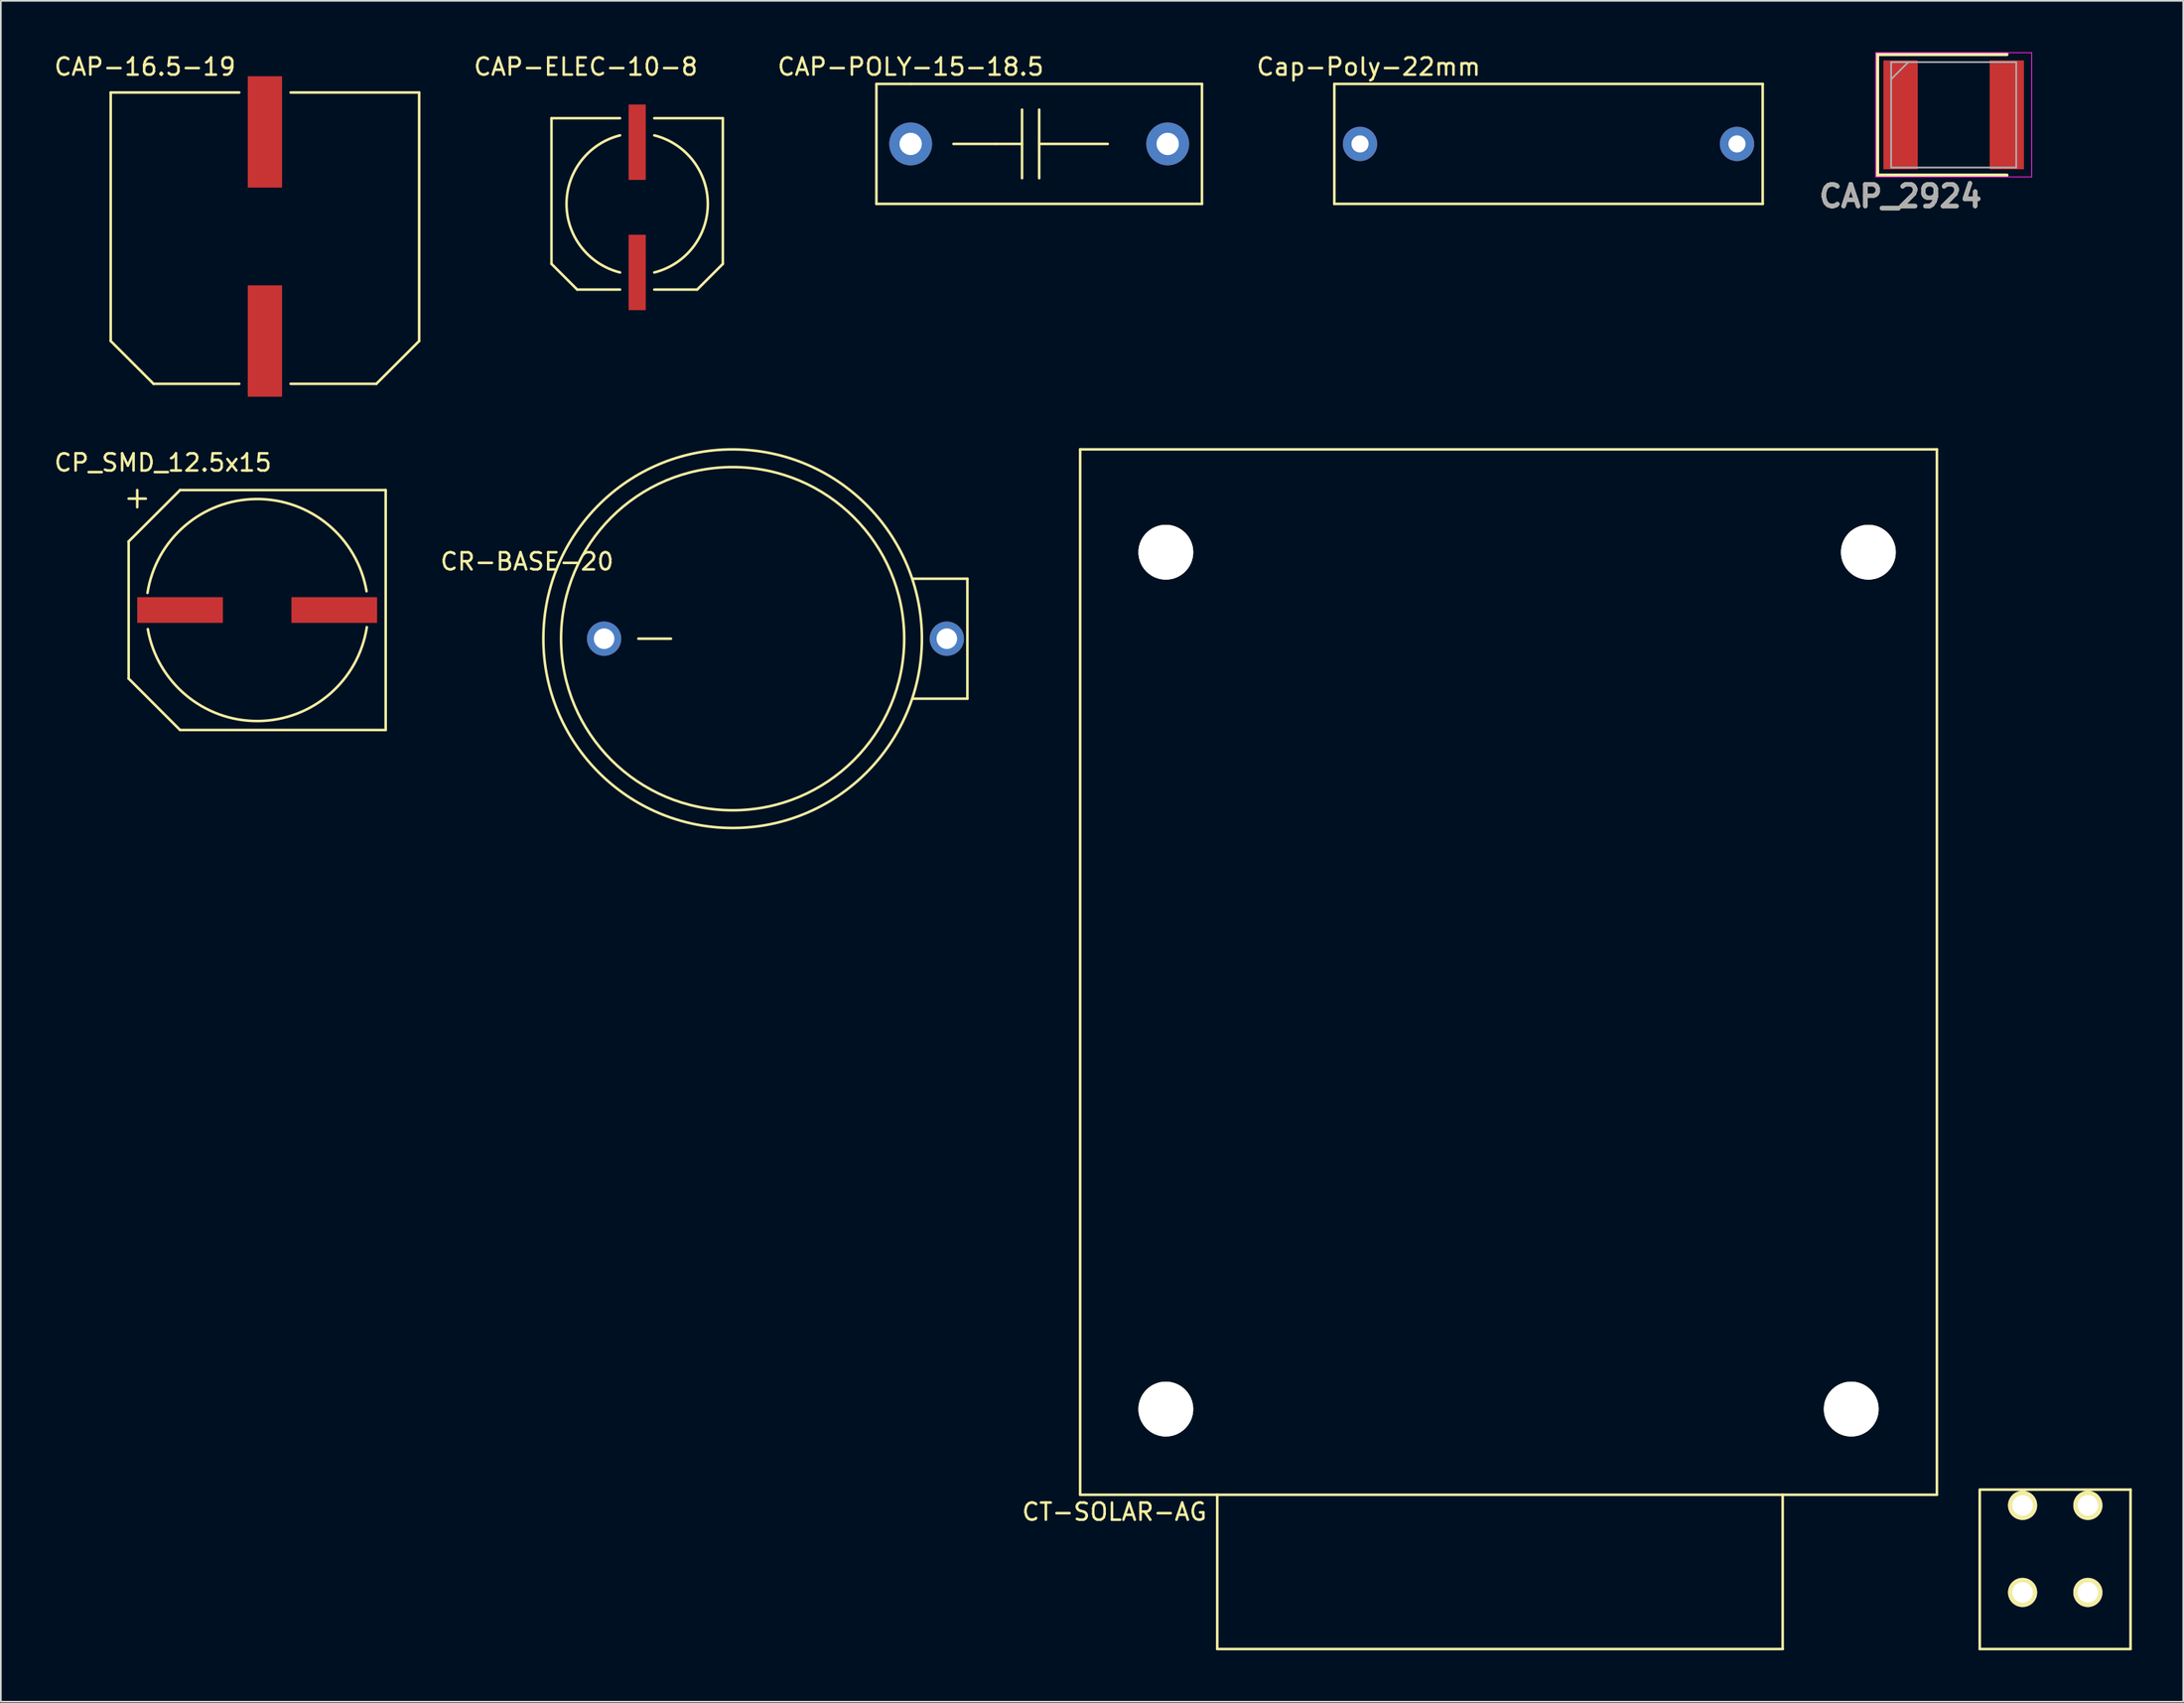
<source format=kicad_pcb>
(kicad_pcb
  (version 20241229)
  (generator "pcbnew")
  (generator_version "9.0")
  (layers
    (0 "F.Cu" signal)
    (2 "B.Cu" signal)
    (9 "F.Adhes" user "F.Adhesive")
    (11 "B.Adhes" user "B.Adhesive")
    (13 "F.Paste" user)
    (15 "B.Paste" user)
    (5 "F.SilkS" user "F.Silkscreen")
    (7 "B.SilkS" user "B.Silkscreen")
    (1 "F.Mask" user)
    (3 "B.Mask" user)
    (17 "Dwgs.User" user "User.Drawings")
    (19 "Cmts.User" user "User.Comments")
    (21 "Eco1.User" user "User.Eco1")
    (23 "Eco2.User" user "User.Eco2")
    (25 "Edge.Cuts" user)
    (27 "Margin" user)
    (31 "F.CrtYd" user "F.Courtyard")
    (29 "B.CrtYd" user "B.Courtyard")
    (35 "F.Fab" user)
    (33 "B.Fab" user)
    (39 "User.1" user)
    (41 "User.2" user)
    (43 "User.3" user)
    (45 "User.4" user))
  (footprint "CAP-16.5-19"
    (layer "F.Cu")
    (at 12.411 16.848)
    (property "Reference" "CAP-16.5-19" (at -7 -16 0) (layer "F.SilkS") (effects (font (size 1 1) (thickness 0.15))))
    (attr through_hole)
    (fp_line (start -9 -14.5) (end -1.5 -14.5) (stroke (width 0.15) (type solid)) (layer "F.SilkS"))
    (fp_line (start -9 0) (end -9 -14.5) (stroke (width 0.15) (type solid)) (layer "F.SilkS"))
    (fp_line (start -9 0) (end -6.5 2.5) (stroke (width 0.15) (type solid)) (layer "F.SilkS"))
    (fp_line (start -1.5 2.5) (end -6.5 2.5) (stroke (width 0.15) (type solid)) (layer "F.SilkS"))
    (fp_line (start 1.5 -14.5) (end 9 -14.5) (stroke (width 0.15) (type solid)) (layer "F.SilkS"))
    (fp_line (start 6.5 2.5) (end 1.5 2.5) (stroke (width 0.15) (type solid)) (layer "F.SilkS"))
    (fp_line (start 9 -14.5) (end 9 0) (stroke (width 0.15) (type solid)) (layer "F.SilkS"))
    (fp_line (start 9 0) (end 6.5 2.5) (stroke (width 0.15) (type solid)) (layer "F.SilkS"))
    (pad "1" smd rect (at 0 0) (size 2 6.5) (layers "F.Cu" "F.Mask" "F.Paste"))
    (pad "2" smd rect (at 0 -12.2) (size 2 6.5) (layers "F.Cu" "F.Mask" "F.Paste")))
  (footprint "CAP_2924"
    (layer "F.Cu")
    (at 110.966 3.65)
    (property "Reference" "CAP_2924" (at -3.1 4.75 0) (layer "F.SilkS") (effects (font (size 1.27 1.27) (thickness 0.254))))
    (attr smd)
    (fp_line (start -4.45 -3.525) (end -4.45 3.525) (stroke (width 0.2) (type solid)) (layer "F.SilkS"))
    (fp_line (start -4.45 3.525) (end 3.1 3.525) (stroke (width 0.2) (type solid)) (layer "F.SilkS"))
    (fp_line (start 3.1 -3.525) (end -4.45 -3.525) (stroke (width 0.2) (type solid)) (layer "F.SilkS"))
    (fp_line (start -4.55 -3.625) (end 4.55 -3.625) (stroke (width 0.05) (type solid)) (layer "F.CrtYd"))
    (fp_line (start -4.55 3.625) (end -4.55 -3.625) (stroke (width 0.05) (type solid)) (layer "F.CrtYd"))
    (fp_line (start 4.55 -3.625) (end 4.55 3.625) (stroke (width 0.05) (type solid)) (layer "F.CrtYd"))
    (fp_line (start 4.55 3.625) (end -4.55 3.625) (stroke (width 0.05) (type solid)) (layer "F.CrtYd"))
    (fp_line (start -3.65 -3.075) (end 3.65 -3.075) (stroke (width 0.1) (type solid)) (layer "F.Fab"))
    (fp_line (start -3.65 -2.075) (end -2.65 -3.075) (stroke (width 0.1) (type solid)) (layer "F.Fab"))
    (fp_line (start -3.65 3.075) (end -3.65 -3.075) (stroke (width 0.1) (type solid)) (layer "F.Fab"))
    (fp_line (start 3.65 -3.075) (end 3.65 3.075) (stroke (width 0.1) (type solid)) (layer "F.Fab"))
    (fp_line (start 3.65 3.075) (end -3.65 3.075) (stroke (width 0.1) (type solid)) (layer "F.Fab"))
    (fp_text user "${REFERENCE}" (at -3.1 4.75 0) (layer "F.Fab") (effects (font (size 1.27 1.27) (thickness 0.254))))
    (pad "1" smd rect (at -3.1 0) (size 2 6.35) (layers "F.Cu" "F.Mask" "F.Paste"))
    (pad "2" smd rect (at 3.1 0) (size 2 6.35) (layers "F.Cu" "F.Mask" "F.Paste")))
  (footprint "CAP-POLY-15-18.5"
    (layer "F.Cu")
    (at 50.096 5.348)
    (property "Reference" "CAP-POLY-15-18.5" (at 0 -4.5 0) (layer "F.SilkS") (effects (font (size 1 1) (thickness 0.15))))
    (attr through_hole)
    (fp_line (start -2 -3.5) (end -2 3.5) (stroke (width 0.15) (type solid)) (layer "F.SilkS"))
    (fp_line (start -2 3.5) (end 17 3.5) (stroke (width 0.15) (type solid)) (layer "F.SilkS"))
    (fp_line (start 0 -3.5) (end -2 -3.5) (stroke (width 0.15) (type solid)) (layer "F.SilkS"))
    (fp_line (start 2.5 0) (end 5 0) (stroke (width 0.15) (type solid)) (layer "F.SilkS"))
    (fp_line (start 5 0) (end 6.5 0) (stroke (width 0.15) (type solid)) (layer "F.SilkS"))
    (fp_line (start 6.5 -2) (end 6.5 2) (stroke (width 0.15) (type solid)) (layer "F.SilkS"))
    (fp_line (start 7.5 -2) (end 7.5 2) (stroke (width 0.15) (type solid)) (layer "F.SilkS"))
    (fp_line (start 7.5 0) (end 11.5 0) (stroke (width 0.15) (type solid)) (layer "F.SilkS"))
    (fp_line (start 17 -3.5) (end 0 -3.5) (stroke (width 0.15) (type solid)) (layer "F.SilkS"))
    (fp_line (start 17 3.5) (end 17 -3.5) (stroke (width 0.15) (type solid)) (layer "F.SilkS"))
    (pad "1" thru_hole circle (at 0 0) (size 2.5 2.5) (drill 1.3) (layers "*.Cu" "*.Mask"))
    (pad "2" thru_hole circle (at 15 0) (size 2.5 2.5) (drill 1.3) (layers "*.Cu" "*.Mask")))
  (footprint "CR-BASE-20"
    (layer "F.Cu")
    (at 32.206 34.219)
    (property "Reference" "CR-BASE-20" (at -4.5 -4.5 0) (layer "F.SilkS") (effects (font (size 1 1) (thickness 0.15))))
    (attr through_hole)
    (fp_line (start 2 0) (end 3.9 0) (stroke (width 0.15) (type solid)) (layer "F.SilkS"))
    (fp_line (start 18 -3.5) (end 21.2 -3.5) (stroke (width 0.15) (type solid)) (layer "F.SilkS"))
    (fp_line (start 21.2 -3.5) (end 21.2 3.5) (stroke (width 0.15) (type solid)) (layer "F.SilkS"))
    (fp_line (start 21.2 3.5) (end 18 3.5) (stroke (width 0.15) (type solid)) (layer "F.SilkS"))
    (fp_circle (center 7.5 0) (end 6.5 -11) (stroke (width 0.15) (type solid)) (fill no) (layer "F.SilkS"))
    (fp_circle (center 7.5 0) (end 7 -10) (stroke (width 0.15) (type solid)) (fill no) (layer "F.SilkS"))
    (pad "1" thru_hole circle (at 20 0) (size 2 2) (drill 1.2) (layers "*.Cu" "*.Mask"))
    (pad "2" thru_hole circle (at 0 0) (size 2 2) (drill 1.2) (layers "*.Cu" "*.Mask")))
  (footprint "CT-SOLAR-AG"
    (layer "F.Cu")
    (at 59.987 84.173)
    (property "Reference" "CT-SOLAR-AG" (at 2 1 0) (layer "F.SilkS") (effects (font (size 1 1) (thickness 0.15))))
    (attr through_hole)
    (fp_line (start 0 -61) (end 0 0) (stroke (width 0.15) (type solid)) (layer "F.SilkS"))
    (fp_line (start 0 0) (end 50 0) (stroke (width 0.15) (type solid)) (layer "F.SilkS"))
    (fp_line (start 8 0) (end 8 9) (stroke (width 0.15) (type solid)) (layer "F.SilkS"))
    (fp_line (start 8 9) (end 41 9) (stroke (width 0.15) (type solid)) (layer "F.SilkS"))
    (fp_line (start 41 9) (end 41 0) (stroke (width 0.15) (type solid)) (layer "F.SilkS"))
    (fp_line (start 50 -61) (end 0 -61) (stroke (width 0.15) (type solid)) (layer "F.SilkS"))
    (fp_line (start 50 0) (end 50 -61) (stroke (width 0.15) (type solid)) (layer "F.SilkS"))
    (fp_line (start 52.5 -0.3) (end 52.5 9) (stroke (width 0.15) (type solid)) (layer "F.SilkS"))
    (fp_line (start 52.5 9) (end 61.3 9) (stroke (width 0.15) (type solid)) (layer "F.SilkS"))
    (fp_line (start 61.3 -0.3) (end 52.54 -0.3) (stroke (width 0.15) (type solid)) (layer "F.SilkS"))
    (fp_line (start 61.3 9) (end 61.3 -0.3) (stroke (width 0.15) (type solid)) (layer "F.SilkS"))
    (pad "" np_thru_hole circle (at 5 -55) (size 3.2 3.2) (drill 3.2) (layers "*.Cu" "*.Mask" "F.SilkS"))
    (pad "" np_thru_hole circle (at 5 -5) (size 3.2 3.2) (drill 3.2) (layers "*.Cu" "*.Mask" "F.SilkS"))
    (pad "" np_thru_hole circle (at 45 -5) (size 3.2 3.2) (drill 3.2) (layers "*.Cu" "*.Mask" "F.SilkS"))
    (pad "" np_thru_hole circle (at 46 -55) (size 3.2 3.2) (drill 3.2) (layers "*.Cu" "*.Mask" "F.SilkS"))
    (pad "1" thru_hole circle (at 58.81 0.62) (size 1.7 1.7) (drill 1.2) (layers "*.Cu" "*.Mask" "F.SilkS"))
    (pad "1" thru_hole circle (at 58.81 5.7) (size 1.7 1.7) (drill 1.2) (layers "*.Cu" "*.Mask" "F.SilkS"))
    (pad "2" thru_hole circle (at 55 0.62) (size 1.7 1.7) (drill 1.2) (layers "*.Cu" "*.Mask" "F.SilkS"))
    (pad "2" thru_hole circle (at 55 5.7) (size 1.7 1.7) (drill 1.2) (layers "*.Cu" "*.Mask" "F.SilkS")))
  (footprint "CP_SMD_12.5x15"
    (layer "F.Cu")
    (at 7.458 32.547)
    (property "Reference" "CP_SMD_12.5x15" (at -1 -8.6 0) (layer "F.SilkS") (effects (font (size 1 1) (thickness 0.15))))
    (attr through_hole)
    (fp_line (start -3 -6.5) (end -2 -6.5) (stroke (width 0.15) (type solid)) (layer "F.SilkS"))
    (fp_line (start -3 -4) (end -3 4) (stroke (width 0.15) (type solid)) (layer "F.SilkS"))
    (fp_line (start -3 4) (end 0 7) (stroke (width 0.15) (type solid)) (layer "F.SilkS"))
    (fp_line (start -2.5 -7) (end -2.5 -6) (stroke (width 0.15) (type solid)) (layer "F.SilkS"))
    (fp_line (start 0 -7) (end -3 -4) (stroke (width 0.15) (type solid)) (layer "F.SilkS"))
    (fp_line (start 0 7) (end 12 7) (stroke (width 0.15) (type solid)) (layer "F.SilkS"))
    (fp_line (start 12 -7) (end 0 -7) (stroke (width 0.15) (type solid)) (layer "F.SilkS"))
    (fp_line (start 12 7) (end 12 -7) (stroke (width 0.15) (type solid)) (layer "F.SilkS"))
    (fp_arc (start -1.9 -1) (mid 4.450721 -6.477466) (end 10.884045 -1.097258) (stroke (width 0.15) (type solid)) (layer "F.SilkS"))
    (fp_arc (start 10.9 1) (mid 4.557857 6.477396) (end -1.881116 1.114163) (stroke (width 0.15) (type solid)) (layer "F.SilkS"))
    (pad "1" smd rect (at 0 0 90) (size 1.5 5) (layers "F.Cu" "F.Mask" "F.Paste"))
    (pad "2" smd rect (at 9 0 90) (size 1.5 5) (layers "F.Cu" "F.Mask" "F.Paste")))
  (footprint "CAP-ELEC-10-8"
    (layer "F.Cu")
    (at 34.135 12.848)
    (property "Reference" "CAP-ELEC-10-8" (at -3 -12 0) (layer "F.SilkS") (effects (font (size 1 1) (thickness 0.15))))
    (attr through_hole)
    (fp_line (start -5 -9) (end -1 -9) (stroke (width 0.15) (type solid)) (layer "F.SilkS"))
    (fp_line (start -5 -0.5) (end -5 -9) (stroke (width 0.15) (type solid)) (layer "F.SilkS"))
    (fp_line (start -3.5 1) (end -5 -0.5) (stroke (width 0.15) (type solid)) (layer "F.SilkS"))
    (fp_line (start -1 1) (end -3.5 1) (stroke (width 0.15) (type solid)) (layer "F.SilkS"))
    (fp_line (start 1 -9) (end 5 -9) (stroke (width 0.15) (type solid)) (layer "F.SilkS"))
    (fp_line (start 3.5 1) (end 1 1) (stroke (width 0.15) (type solid)) (layer "F.SilkS"))
    (fp_line (start 5 -9) (end 5 -0.5) (stroke (width 0.15) (type solid)) (layer "F.SilkS"))
    (fp_line (start 5 -0.5) (end 3.5 1) (stroke (width 0.15) (type solid)) (layer "F.SilkS"))
    (fp_arc (start -1 0) (mid -4.123106 -4) (end -1 -8) (stroke (width 0.15) (type solid)) (layer "F.SilkS"))
    (fp_arc (start 1 -8) (mid 4.123106 -4) (end 1 0) (stroke (width 0.15) (type solid)) (layer "F.SilkS"))
    (pad "1" smd rect (at 0 0) (size 1 4.4) (layers "F.Cu" "F.Mask" "F.Paste"))
    (pad "2" smd rect (at 0 -7.6) (size 1 4.4) (layers "F.Cu" "F.Mask" "F.Paste")))
  (footprint "Cap-Poly-22mm"
    (layer "F.Cu")
    (at 76.32 5.348)
    (property "Reference" "Cap-Poly-22mm" (at 0.5 -4.5 0) (layer "F.SilkS") (effects (font (size 1 1) (thickness 0.15))))
    (attr through_hole)
    (fp_line (start -1.5 -3.5) (end -1.5 3.5) (stroke (width 0.15) (type solid)) (layer "F.SilkS"))
    (fp_line (start -1.5 3.5) (end 23.5 3.5) (stroke (width 0.15) (type solid)) (layer "F.SilkS"))
    (fp_line (start 23.5 -3.5) (end -1.5 -3.5) (stroke (width 0.15) (type solid)) (layer "F.SilkS"))
    (fp_line (start 23.5 -3.5) (end 23.5 3.5) (stroke (width 0.15) (type solid)) (layer "F.SilkS"))
    (pad "1" thru_hole circle (at 0 0) (size 2 2) (drill 1) (layers "*.Cu" "*.Mask"))
    (pad "2" thru_hole circle (at 22 0) (size 2 2) (drill 1) (layers "*.Cu" "*.Mask")))
  (gr_rect
    (start -3 -3)
    (end 124.362 96.248)
    (stroke (width 0.1) (type default))
    (fill no)
    (layer "Edge.Cuts")))
</source>
